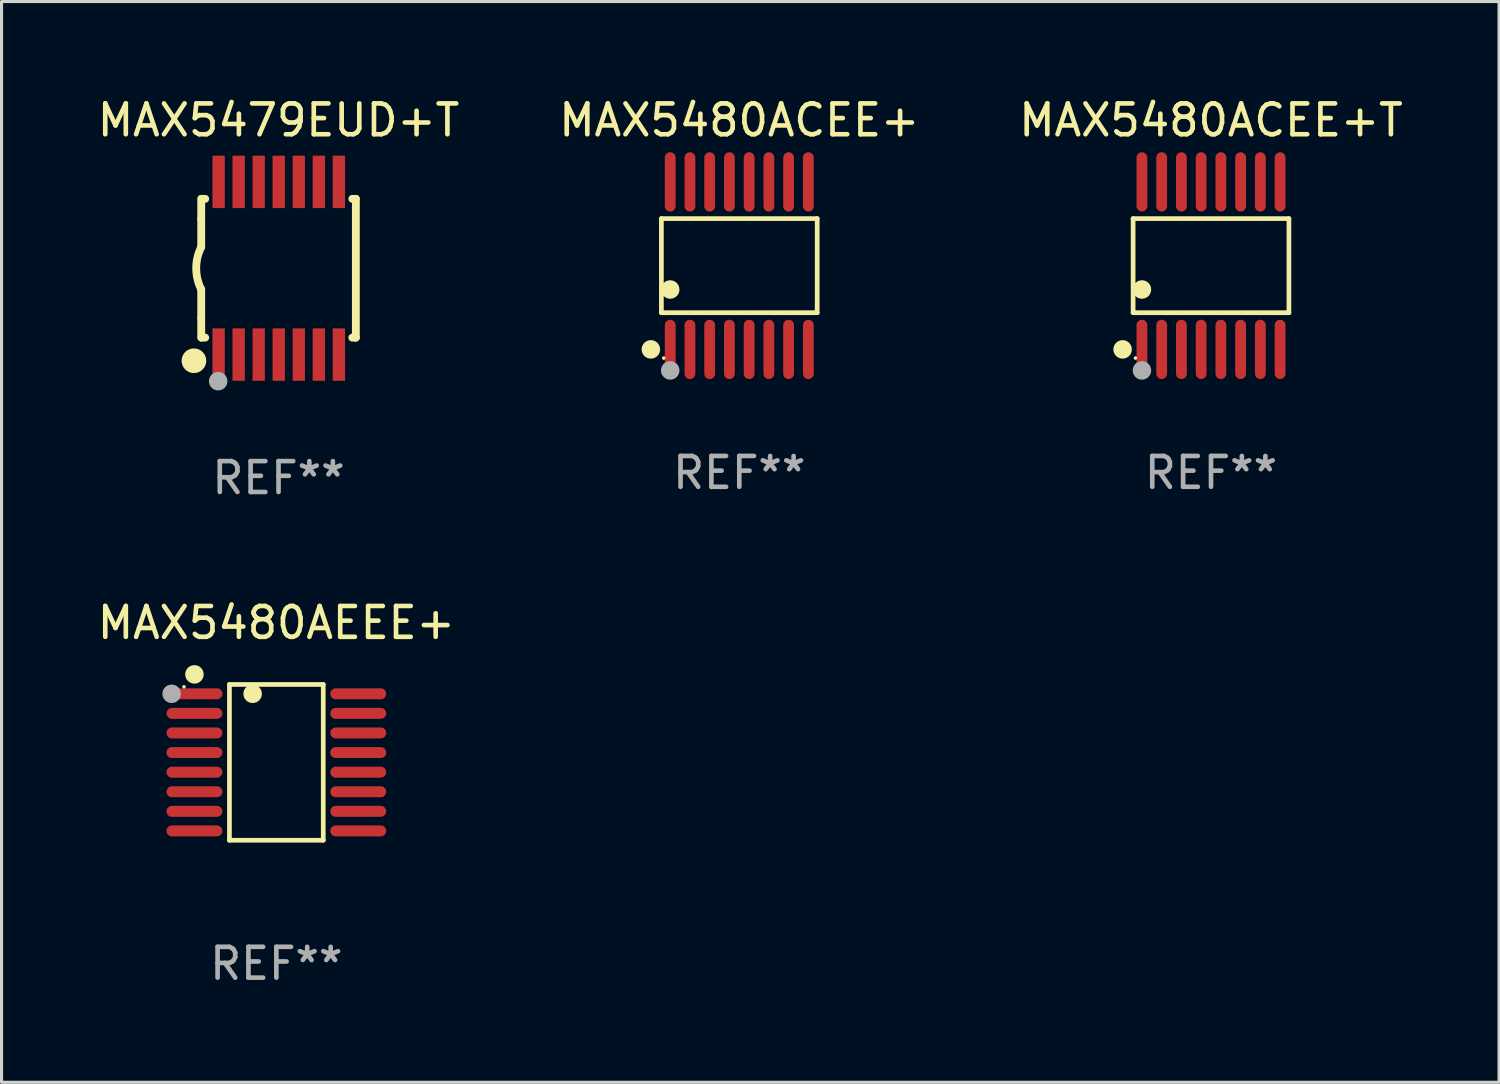
<source format=kicad_pcb>
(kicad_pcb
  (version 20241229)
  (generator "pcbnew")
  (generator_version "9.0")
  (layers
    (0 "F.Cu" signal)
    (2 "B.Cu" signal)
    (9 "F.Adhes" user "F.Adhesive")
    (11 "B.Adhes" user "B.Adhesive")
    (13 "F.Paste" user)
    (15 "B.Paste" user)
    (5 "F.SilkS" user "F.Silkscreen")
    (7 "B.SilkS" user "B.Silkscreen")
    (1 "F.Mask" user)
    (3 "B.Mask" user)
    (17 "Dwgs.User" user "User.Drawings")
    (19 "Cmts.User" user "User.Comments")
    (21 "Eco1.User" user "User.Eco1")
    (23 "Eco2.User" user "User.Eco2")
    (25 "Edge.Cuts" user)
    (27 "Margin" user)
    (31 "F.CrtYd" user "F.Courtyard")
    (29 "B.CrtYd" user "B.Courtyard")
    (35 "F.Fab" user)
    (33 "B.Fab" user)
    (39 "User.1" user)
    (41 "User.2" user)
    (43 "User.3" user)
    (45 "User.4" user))
  (footprint "MAX5479EUD+T"
    (layer "F.Cu")
    (at 5.982 5.648)
    (property "Reference" "MAX5479EUD+T" (at 0 -4.8 0) (layer "F.SilkS") (effects (font (size 1 1) (thickness 0.15))))
    (attr through_hole)
    (fp_line (start -2.507 -1.6) (end -2.507 -2.25) (stroke (width 0.254) (type solid)) (layer "F.SilkS"))
    (fp_line (start -2.507 -0.686) (end -2.507 -1.6) (stroke (width 0.254) (type solid)) (layer "F.SilkS"))
    (fp_line (start -2.507 1.6) (end -2.507 0.686) (stroke (width 0.254) (type solid)) (layer "F.SilkS"))
    (fp_line (start -2.507 1.6) (end -2.507 2.25) (stroke (width 0.254) (type solid)) (layer "F.SilkS"))
    (fp_line (start -2.493 -2.25) (end -2.377 -2.25) (stroke (width 0.254) (type solid)) (layer "F.SilkS"))
    (fp_line (start -2.377 2.25) (end -2.493 2.25) (stroke (width 0.254) (type solid)) (layer "F.SilkS"))
    (fp_line (start 2.392 -2.25) (end 2.507 -2.25) (stroke (width 0.254) (type solid)) (layer "F.SilkS"))
    (fp_line (start 2.507 -2.25) (end 2.507 2.25) (stroke (width 0.254) (type solid)) (layer "F.SilkS"))
    (fp_line (start 2.507 2.25) (end 2.392 2.25) (stroke (width 0.254) (type solid)) (layer "F.SilkS"))
    (fp_arc (start -2.507303 0.685802) (mid -2.669199 0) (end -2.507303 -0.685801) (stroke (width 0.254001) (type solid)) (layer "F.SilkS"))
    (fp_circle (center -2.743 3) (end -2.543 3) (stroke (width 0.4) (type solid)) (fill no) (layer "F.SilkS"))
    (fp_circle (center -2.493 3.2) (end -2.463 3.2) (stroke (width 0.06) (type solid)) (fill no) (layer "F.SilkS"))
    (fp_circle (center -1.957 3.662) (end -1.807 3.662) (stroke (width 0.3) (type solid)) (fill no) (layer "F.Fab"))
    (fp_text user "REF**" (at 0 6.8 0) (layer "F.Fab") (effects (font (size 1 1) (thickness 0.15))))
    (pad "1" smd rect (at -1.943 2.8) (size 0.4 1.7) (layers "F.Cu" "F.Mask" "F.Paste"))
    (pad "2" smd rect (at -1.293 2.8) (size 0.4 1.7) (layers "F.Cu" "F.Mask" "F.Paste"))
    (pad "3" smd rect (at -0.643 2.8) (size 0.4 1.7) (layers "F.Cu" "F.Mask" "F.Paste"))
    (pad "4" smd rect (at 0.007 2.8) (size 0.4 1.7) (layers "F.Cu" "F.Mask" "F.Paste"))
    (pad "5" smd rect (at 0.657 2.8) (size 0.4 1.7) (layers "F.Cu" "F.Mask" "F.Paste"))
    (pad "6" smd rect (at 1.307 2.8) (size 0.4 1.7) (layers "F.Cu" "F.Mask" "F.Paste"))
    (pad "7" smd rect (at 1.957 2.8) (size 0.4 1.7) (layers "F.Cu" "F.Mask" "F.Paste"))
    (pad "8" smd rect (at 1.957 -2.8) (size 0.4 1.7) (layers "F.Cu" "F.Mask" "F.Paste"))
    (pad "9" smd rect (at 1.307 -2.8) (size 0.4 1.7) (layers "F.Cu" "F.Mask" "F.Paste"))
    (pad "10" smd rect (at 0.657 -2.8) (size 0.4 1.7) (layers "F.Cu" "F.Mask" "F.Paste"))
    (pad "11" smd rect (at 0.007 -2.8) (size 0.4 1.7) (layers "F.Cu" "F.Mask" "F.Paste"))
    (pad "12" smd rect (at -0.643 -2.8) (size 0.4 1.7) (layers "F.Cu" "F.Mask" "F.Paste"))
    (pad "13" smd rect (at -1.293 -2.8) (size 0.4 1.7) (layers "F.Cu" "F.Mask" "F.Paste"))
    (pad "14" smd rect (at -1.943 -2.8) (size 0.4 1.7) (layers "F.Cu" "F.Mask" "F.Paste")))
  (footprint "MAX5480ACEE+T"
    (layer "F.Cu")
    (at 36.22 5.564)
    (property "Reference" "MAX5480ACEE+T" (at 0 -4.716 0) (layer "F.SilkS") (effects (font (size 1 1) (thickness 0.15))))
    (attr through_hole)
    (fp_line (start -2.526 -1.526) (end 2.526 -1.526) (stroke (width 0.152) (type solid)) (layer "F.SilkS"))
    (fp_line (start -2.526 1.526) (end -2.526 -1.526) (stroke (width 0.152) (type solid)) (layer "F.SilkS"))
    (fp_line (start 2.526 -1.526) (end 2.526 1.526) (stroke (width 0.152) (type solid)) (layer "F.SilkS"))
    (fp_line (start 2.526 1.526) (end -2.526 1.526) (stroke (width 0.152) (type solid)) (layer "F.SilkS"))
    (fp_circle (center -2.867 2.716) (end -2.717 2.716) (stroke (width 0.3) (type solid)) (fill no) (layer "F.SilkS"))
    (fp_circle (center -2.45 2.997) (end -2.42 2.997) (stroke (width 0.06) (type solid)) (fill no) (layer "F.SilkS"))
    (fp_circle (center -2.24 0.774) (end -2.09 0.774) (stroke (width 0.3) (type solid)) (fill no) (layer "F.SilkS"))
    (fp_circle (center -2.24 3.398) (end -2.09 3.398) (stroke (width 0.3) (type solid)) (fill no) (layer "F.Fab"))
    (fp_text user "REF**" (at 0 6.716 0) (layer "F.Fab") (effects (font (size 1 1) (thickness 0.15))))
    (pad "1" smd oval (at -2.24 2.716) (size 0.35 1.922) (layers "F.Cu" "F.Mask" "F.Paste"))
    (pad "2" smd oval (at -1.6 2.716) (size 0.35 1.922) (layers "F.Cu" "F.Mask" "F.Paste"))
    (pad "3" smd oval (at -0.96 2.716) (size 0.35 1.922) (layers "F.Cu" "F.Mask" "F.Paste"))
    (pad "4" smd oval (at -0.32 2.716) (size 0.35 1.922) (layers "F.Cu" "F.Mask" "F.Paste"))
    (pad "5" smd oval (at 0.32 2.716) (size 0.35 1.922) (layers "F.Cu" "F.Mask" "F.Paste"))
    (pad "6" smd oval (at 0.96 2.716) (size 0.35 1.922) (layers "F.Cu" "F.Mask" "F.Paste"))
    (pad "7" smd oval (at 1.6 2.716) (size 0.35 1.922) (layers "F.Cu" "F.Mask" "F.Paste"))
    (pad "8" smd oval (at 2.24 2.716) (size 0.35 1.922) (layers "F.Cu" "F.Mask" "F.Paste"))
    (pad "9" smd oval (at 2.24 -2.716) (size 0.35 1.922) (layers "F.Cu" "F.Mask" "F.Paste"))
    (pad "10" smd oval (at 1.6 -2.716) (size 0.35 1.922) (layers "F.Cu" "F.Mask" "F.Paste"))
    (pad "11" smd oval (at 0.96 -2.716) (size 0.35 1.922) (layers "F.Cu" "F.Mask" "F.Paste"))
    (pad "12" smd oval (at 0.32 -2.716) (size 0.35 1.922) (layers "F.Cu" "F.Mask" "F.Paste"))
    (pad "13" smd oval (at -0.32 -2.716) (size 0.35 1.922) (layers "F.Cu" "F.Mask" "F.Paste"))
    (pad "14" smd oval (at -0.96 -2.716) (size 0.35 1.922) (layers "F.Cu" "F.Mask" "F.Paste"))
    (pad "15" smd oval (at -1.6 -2.716) (size 0.35 1.922) (layers "F.Cu" "F.Mask" "F.Paste"))
    (pad "16" smd oval (at -2.24 -2.716) (size 0.35 1.922) (layers "F.Cu" "F.Mask" "F.Paste")))
  (footprint "MAX5480ACEE+"
    (layer "F.Cu")
    (at 20.923 5.564)
    (property "Reference" "MAX5480ACEE+" (at 0 -4.716 0) (layer "F.SilkS") (effects (font (size 1 1) (thickness 0.15))))
    (attr through_hole)
    (fp_line (start -2.526 -1.526) (end 2.526 -1.526) (stroke (width 0.152) (type solid)) (layer "F.SilkS"))
    (fp_line (start -2.526 1.526) (end -2.526 -1.526) (stroke (width 0.152) (type solid)) (layer "F.SilkS"))
    (fp_line (start 2.526 -1.526) (end 2.526 1.526) (stroke (width 0.152) (type solid)) (layer "F.SilkS"))
    (fp_line (start 2.526 1.526) (end -2.526 1.526) (stroke (width 0.152) (type solid)) (layer "F.SilkS"))
    (fp_circle (center -2.867 2.716) (end -2.717 2.716) (stroke (width 0.3) (type solid)) (fill no) (layer "F.SilkS"))
    (fp_circle (center -2.45 2.997) (end -2.42 2.997) (stroke (width 0.06) (type solid)) (fill no) (layer "F.SilkS"))
    (fp_circle (center -2.24 0.774) (end -2.09 0.774) (stroke (width 0.3) (type solid)) (fill no) (layer "F.SilkS"))
    (fp_circle (center -2.24 3.398) (end -2.09 3.398) (stroke (width 0.3) (type solid)) (fill no) (layer "F.Fab"))
    (fp_text user "REF**" (at 0 6.716 0) (layer "F.Fab") (effects (font (size 1 1) (thickness 0.15))))
    (pad "1" smd oval (at -2.24 2.716) (size 0.35 1.922) (layers "F.Cu" "F.Mask" "F.Paste"))
    (pad "2" smd oval (at -1.6 2.716) (size 0.35 1.922) (layers "F.Cu" "F.Mask" "F.Paste"))
    (pad "3" smd oval (at -0.96 2.716) (size 0.35 1.922) (layers "F.Cu" "F.Mask" "F.Paste"))
    (pad "4" smd oval (at -0.32 2.716) (size 0.35 1.922) (layers "F.Cu" "F.Mask" "F.Paste"))
    (pad "5" smd oval (at 0.32 2.716) (size 0.35 1.922) (layers "F.Cu" "F.Mask" "F.Paste"))
    (pad "6" smd oval (at 0.96 2.716) (size 0.35 1.922) (layers "F.Cu" "F.Mask" "F.Paste"))
    (pad "7" smd oval (at 1.6 2.716) (size 0.35 1.922) (layers "F.Cu" "F.Mask" "F.Paste"))
    (pad "8" smd oval (at 2.24 2.716) (size 0.35 1.922) (layers "F.Cu" "F.Mask" "F.Paste"))
    (pad "9" smd oval (at 2.24 -2.716) (size 0.35 1.922) (layers "F.Cu" "F.Mask" "F.Paste"))
    (pad "10" smd oval (at 1.6 -2.716) (size 0.35 1.922) (layers "F.Cu" "F.Mask" "F.Paste"))
    (pad "11" smd oval (at 0.96 -2.716) (size 0.35 1.922) (layers "F.Cu" "F.Mask" "F.Paste"))
    (pad "12" smd oval (at 0.32 -2.716) (size 0.35 1.922) (layers "F.Cu" "F.Mask" "F.Paste"))
    (pad "13" smd oval (at -0.32 -2.716) (size 0.35 1.922) (layers "F.Cu" "F.Mask" "F.Paste"))
    (pad "14" smd oval (at -0.96 -2.716) (size 0.35 1.922) (layers "F.Cu" "F.Mask" "F.Paste"))
    (pad "15" smd oval (at -1.6 -2.716) (size 0.35 1.922) (layers "F.Cu" "F.Mask" "F.Paste"))
    (pad "16" smd oval (at -2.24 -2.716) (size 0.35 1.922) (layers "F.Cu" "F.Mask" "F.Paste")))
  (footprint "MAX5480AEEE+"
    (layer "F.Cu")
    (at 5.911 21.671)
    (property "Reference" "MAX5480AEEE+" (at 0 -4.526 0) (layer "F.SilkS") (effects (font (size 1 1) (thickness 0.15))))
    (attr through_hole)
    (fp_line (start -1.521 -2.526) (end 1.521 -2.526) (stroke (width 0.152) (type solid)) (layer "F.SilkS"))
    (fp_line (start -1.521 2.526) (end -1.521 -2.526) (stroke (width 0.152) (type solid)) (layer "F.SilkS"))
    (fp_line (start 1.521 -2.526) (end 1.521 2.526) (stroke (width 0.152) (type solid)) (layer "F.SilkS"))
    (fp_line (start 1.521 2.526) (end -1.521 2.526) (stroke (width 0.152) (type solid)) (layer "F.SilkS"))
    (fp_circle (center -2.995 -2.45) (end -2.965 -2.45) (stroke (width 0.06) (type solid)) (fill no) (layer "F.SilkS"))
    (fp_circle (center -2.656 -2.853) (end -2.506 -2.853) (stroke (width 0.3) (type solid)) (fill no) (layer "F.SilkS"))
    (fp_circle (center -0.769 -2.223) (end -0.619 -2.223) (stroke (width 0.3) (type solid)) (fill no) (layer "F.SilkS"))
    (fp_circle (center -3.395 -2.223) (end -3.245 -2.223) (stroke (width 0.3) (type solid)) (fill no) (layer "F.Fab"))
    (fp_text user "REF**" (at 0 6.526 0) (layer "F.Fab") (effects (font (size 1 1) (thickness 0.15))))
    (pad "1" smd oval (at -2.656 -2.223 270) (size 0.356 1.813) (layers "F.Cu" "F.Mask" "F.Paste"))
    (pad "2" smd oval (at -2.656 -1.588 270) (size 0.356 1.813) (layers "F.Cu" "F.Mask" "F.Paste"))
    (pad "3" smd oval (at -2.656 -0.953 270) (size 0.356 1.813) (layers "F.Cu" "F.Mask" "F.Paste"))
    (pad "4" smd oval (at -2.656 -0.318 270) (size 0.356 1.813) (layers "F.Cu" "F.Mask" "F.Paste"))
    (pad "5" smd oval (at -2.656 0.318 270) (size 0.356 1.813) (layers "F.Cu" "F.Mask" "F.Paste"))
    (pad "6" smd oval (at -2.656 0.953 270) (size 0.356 1.813) (layers "F.Cu" "F.Mask" "F.Paste"))
    (pad "7" smd oval (at -2.656 1.588 270) (size 0.356 1.813) (layers "F.Cu" "F.Mask" "F.Paste"))
    (pad "8" smd oval (at -2.656 2.223 270) (size 0.356 1.813) (layers "F.Cu" "F.Mask" "F.Paste"))
    (pad "9" smd oval (at 2.656 2.223 270) (size 0.356 1.813) (layers "F.Cu" "F.Mask" "F.Paste"))
    (pad "10" smd oval (at 2.656 1.588 270) (size 0.356 1.813) (layers "F.Cu" "F.Mask" "F.Paste"))
    (pad "11" smd oval (at 2.656 0.953 270) (size 0.356 1.813) (layers "F.Cu" "F.Mask" "F.Paste"))
    (pad "12" smd oval (at 2.656 0.318 270) (size 0.356 1.813) (layers "F.Cu" "F.Mask" "F.Paste"))
    (pad "13" smd oval (at 2.656 -0.318 270) (size 0.356 1.813) (layers "F.Cu" "F.Mask" "F.Paste"))
    (pad "14" smd oval (at 2.656 -0.953 270) (size 0.356 1.813) (layers "F.Cu" "F.Mask" "F.Paste"))
    (pad "15" smd oval (at 2.656 -1.588 270) (size 0.356 1.813) (layers "F.Cu" "F.Mask" "F.Paste"))
    (pad "16" smd oval (at 2.656 -2.223 270) (size 0.356 1.813) (layers "F.Cu" "F.Mask" "F.Paste")))
  (gr_rect
    (start -3 -3)
    (end 45.56 32.046)
    (stroke (width 0.1) (type default))
    (fill no)
    (layer "Edge.Cuts")))
</source>
